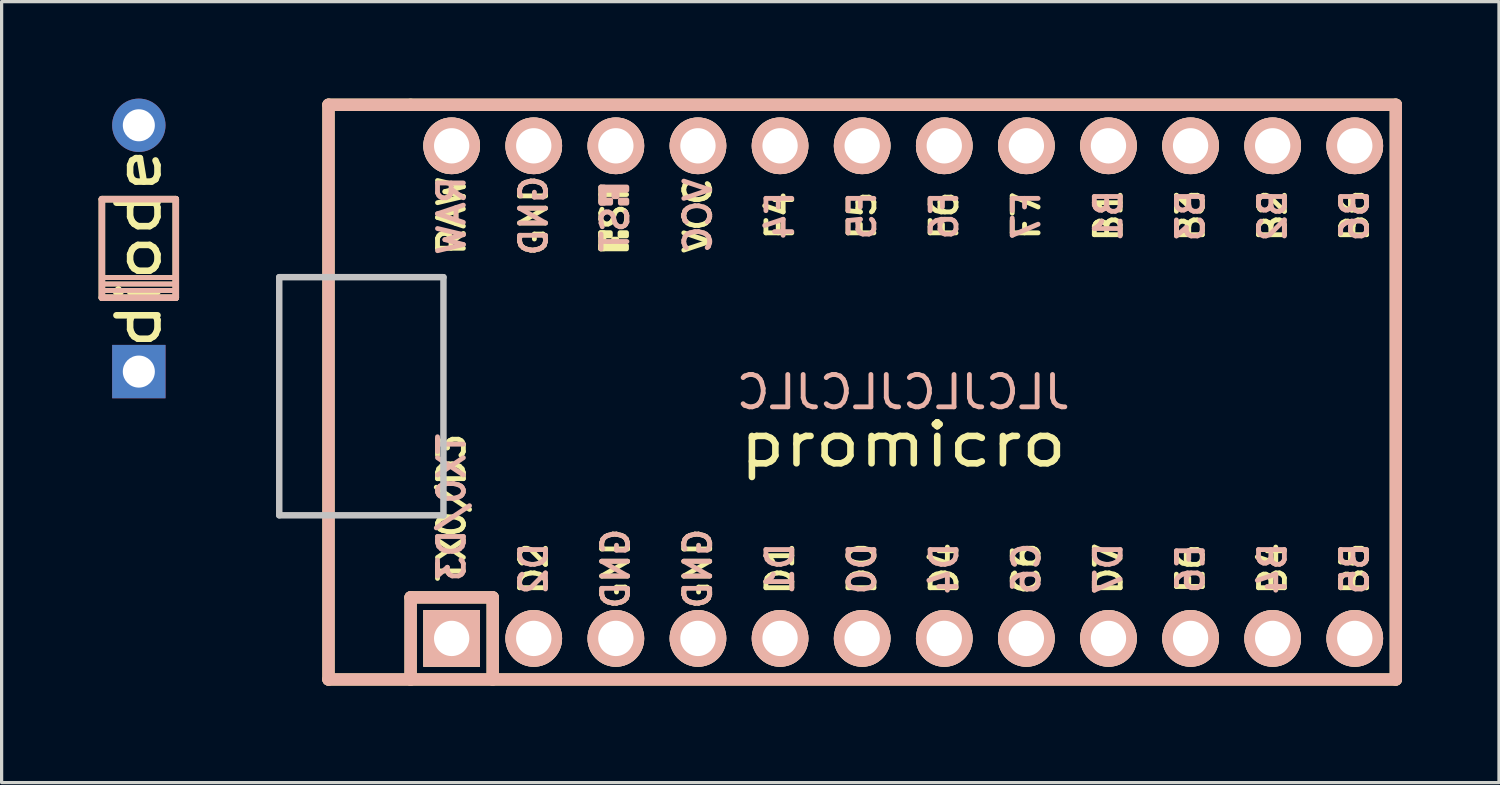
<source format=kicad_pcb>
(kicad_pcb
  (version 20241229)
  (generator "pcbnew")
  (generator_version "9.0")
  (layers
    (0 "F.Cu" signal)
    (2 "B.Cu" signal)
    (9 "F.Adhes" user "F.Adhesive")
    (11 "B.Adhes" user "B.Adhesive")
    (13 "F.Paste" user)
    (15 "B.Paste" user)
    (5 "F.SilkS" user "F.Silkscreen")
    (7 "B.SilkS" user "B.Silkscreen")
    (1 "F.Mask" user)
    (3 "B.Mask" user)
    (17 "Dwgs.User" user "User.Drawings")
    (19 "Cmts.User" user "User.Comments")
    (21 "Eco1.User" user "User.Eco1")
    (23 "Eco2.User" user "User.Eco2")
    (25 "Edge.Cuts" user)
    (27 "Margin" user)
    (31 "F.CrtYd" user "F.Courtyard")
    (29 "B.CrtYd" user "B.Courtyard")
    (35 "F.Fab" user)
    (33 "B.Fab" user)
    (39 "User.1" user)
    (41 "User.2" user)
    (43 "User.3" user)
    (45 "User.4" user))
  (footprint "promicro"
    (layer "F.Cu")
    (at 24.893 9.081)
    (property "Reference" "promicro" (at 0 1.625 0) (layer "F.SilkS") (effects (font (size 1.27 1.524) (thickness 0.203))))
    (attr through_hole)
    (fp_line (start -17.78 -8.89) (end -17.78 8.89) (stroke (width 0.381) (type solid)) (layer "F.SilkS"))
    (fp_line (start -17.78 8.89) (end -15.24 8.89) (stroke (width 0.381) (type solid)) (layer "F.SilkS"))
    (fp_line (start -15.24 -8.89) (end -17.78 -8.89) (stroke (width 0.381) (type solid)) (layer "F.SilkS"))
    (fp_line (start -15.24 6.35) (end -15.24 8.89) (stroke (width 0.381) (type solid)) (layer "F.SilkS"))
    (fp_line (start -15.24 6.35) (end -12.7 6.35) (stroke (width 0.381) (type solid)) (layer "F.SilkS"))
    (fp_line (start -15.24 8.89) (end 15.24 8.89) (stroke (width 0.381) (type solid)) (layer "F.SilkS"))
    (fp_line (start -12.7 6.35) (end -12.7 8.89) (stroke (width 0.381) (type solid)) (layer "F.SilkS"))
    (fp_line (start 15.24 -8.89) (end -15.24 -8.89) (stroke (width 0.381) (type solid)) (layer "F.SilkS"))
    (fp_line (start 15.24 8.89) (end 15.24 -8.89) (stroke (width 0.381) (type solid)) (layer "F.SilkS"))
    (fp_poly (pts (xy -9.361 -4.932) (xy -9.261 -4.932) (xy -9.261 -4.432) (xy -9.361 -4.432)) (stroke (width 0.15) (type solid)) (fill yes) (layer "F.SilkS"))
    (fp_poly (pts (xy -9.361 -4.932) (xy -9.061 -4.932) (xy -9.061 -4.832) (xy -9.361 -4.832)) (stroke (width 0.15) (type solid)) (fill yes) (layer "F.SilkS"))
    (fp_poly (pts (xy -9.361 -4.532) (xy -8.561 -4.532) (xy -8.561 -4.432) (xy -9.361 -4.432)) (stroke (width 0.15) (type solid)) (fill yes) (layer "F.SilkS"))
    (fp_poly (pts (xy -8.961 -4.732) (xy -8.861 -4.732) (xy -8.861 -4.632) (xy -8.961 -4.632)) (stroke (width 0.15) (type solid)) (fill yes) (layer "F.SilkS"))
    (fp_poly (pts (xy -8.761 -4.932) (xy -8.561 -4.932) (xy -8.561 -4.832) (xy -8.761 -4.832)) (stroke (width 0.15) (type solid)) (fill yes) (layer "F.SilkS"))
    (fp_line (start -17.78 -8.89) (end -17.78 8.89) (stroke (width 0.381) (type solid)) (layer "B.SilkS"))
    (fp_line (start -17.78 8.89) (end 15.24 8.89) (stroke (width 0.381) (type solid)) (layer "B.SilkS"))
    (fp_line (start -15.24 6.35) (end -15.24 8.89) (stroke (width 0.381) (type solid)) (layer "B.SilkS"))
    (fp_line (start -15.24 6.35) (end -12.7 6.35) (stroke (width 0.381) (type solid)) (layer "B.SilkS"))
    (fp_line (start -12.7 6.35) (end -12.7 8.89) (stroke (width 0.381) (type solid)) (layer "B.SilkS"))
    (fp_line (start 15.24 -8.89) (end -17.78 -8.89) (stroke (width 0.381) (type solid)) (layer "B.SilkS"))
    (fp_line (start 15.24 8.89) (end 15.24 -8.89) (stroke (width 0.381) (type solid)) (layer "B.SilkS"))
    (fp_poly (pts (xy -9.351 -6.245) (xy -8.551 -6.245) (xy -8.551 -6.345) (xy -9.351 -6.345)) (stroke (width 0.15) (type solid)) (fill yes) (layer "B.SilkS"))
    (fp_poly (pts (xy -9.351 -5.845) (xy -9.251 -5.845) (xy -9.251 -6.345) (xy -9.351 -6.345)) (stroke (width 0.15) (type solid)) (fill yes) (layer "B.SilkS"))
    (fp_poly (pts (xy -9.351 -5.845) (xy -9.051 -5.845) (xy -9.051 -5.945) (xy -9.351 -5.945)) (stroke (width 0.15) (type solid)) (fill yes) (layer "B.SilkS"))
    (fp_poly (pts (xy -8.951 -6.045) (xy -8.851 -6.045) (xy -8.851 -6.145) (xy -8.951 -6.145)) (stroke (width 0.15) (type solid)) (fill yes) (layer "B.SilkS"))
    (fp_poly (pts (xy -8.751 -5.845) (xy -8.551 -5.845) (xy -8.551 -5.945) (xy -8.751 -5.945)) (stroke (width 0.15) (type solid)) (fill yes) (layer "B.SilkS"))
    (fp_line (start -19.304 -3.556) (end -14.224 -3.556) (stroke (width 0.2) (type solid)) (layer "Dwgs.User"))
    (fp_line (start -19.304 3.81) (end -19.304 -3.556) (stroke (width 0.2) (type solid)) (layer "Dwgs.User"))
    (fp_line (start -14.224 -3.556) (end -14.224 3.81) (stroke (width 0.2) (type solid)) (layer "Dwgs.User"))
    (fp_line (start -14.224 3.81) (end -19.304 3.81) (stroke (width 0.2) (type solid)) (layer "Dwgs.User"))
    (fp_text user "RAW" (at -13.97 -5.461 90) (layer "F.SilkS") (effects (font (size 0.8 0.8) (thickness 0.15))))
    (fp_text user "B2" (at 11.43 -5.461 90) (layer "F.SilkS") (effects (font (size 0.8 0.8) (thickness 0.15))))
    (fp_text user "D0" (at -1.27 5.461 90) (layer "F.SilkS") (effects (font (size 0.8 0.8) (thickness 0.15))))
    (fp_text user "D2" (at -11.43 5.461 90) (layer "F.SilkS") (effects (font (size 0.8 0.8) (thickness 0.15))))
    (fp_text user "D7" (at 6.35 5.461 90) (layer "F.SilkS") (effects (font (size 0.8 0.8) (thickness 0.15))))
    (fp_text user "B1" (at 6.35 -5.461 90) (layer "F.SilkS") (effects (font (size 0.8 0.8) (thickness 0.15))))
    (fp_text user "B6" (at 13.97 -5.461 90) (layer "F.SilkS") (effects (font (size 0.8 0.8) (thickness 0.15))))
    (fp_text user "F4" (at -3.81 -5.461 90) (layer "F.SilkS") (effects (font (size 0.8 0.8) (thickness 0.15))))
    (fp_text user "F5" (at -1.27 -5.461 90) (layer "F.SilkS") (effects (font (size 0.8 0.8) (thickness 0.15))))
    (fp_text user "F6" (at 1.27 -5.461 90) (layer "F.SilkS") (effects (font (size 0.8 0.8) (thickness 0.15))))
    (fp_text user "F7" (at 3.81 -5.461 90) (layer "F.SilkS") (effects (font (size 0.8 0.8) (thickness 0.15))))
    (fp_text user "VCC" (at -6.35 -5.461 90) (layer "F.SilkS") (effects (font (size 0.8 0.8) (thickness 0.15))))
    (fp_text user "D1" (at -3.81 5.461 90) (layer "F.SilkS") (effects (font (size 0.8 0.8) (thickness 0.15))))
    (fp_text user "GND" (at -6.35 5.461 90) (layer "F.SilkS") (effects (font (size 0.8 0.8) (thickness 0.15))))
    (fp_text user "B4" (at 11.43 5.461 90) (layer "F.SilkS") (effects (font (size 0.8 0.8) (thickness 0.15))))
    (fp_text user "B3" (at 8.89 -5.461 90) (layer "F.SilkS") (effects (font (size 0.8 0.8) (thickness 0.15))))
    (fp_text user "E6" (at 8.89 5.461 90) (layer "F.SilkS") (effects (font (size 0.8 0.8) (thickness 0.15))))
    (fp_text user "D4" (at 1.27 5.461 90) (layer "F.SilkS") (effects (font (size 0.8 0.8) (thickness 0.15))))
    (fp_text user "B5" (at 13.97 5.461 90) (layer "F.SilkS") (effects (font (size 0.8 0.8) (thickness 0.15))))
    (fp_text user "C6" (at 3.81 5.461 90) (layer "F.SilkS") (effects (font (size 0.8 0.8) (thickness 0.15))))
    (fp_text user "TX0/D3" (at -13.97 3.572 90) (layer "F.SilkS") (effects (font (size 0.8 0.8) (thickness 0.15))))
    (fp_text user "GND" (at -11.43 -5.461 90) (layer "F.SilkS") (effects (font (size 0.8 0.8) (thickness 0.15))))
    (fp_text user "GND" (at -8.89 5.461 90) (layer "F.SilkS") (effects (font (size 0.8 0.8) (thickness 0.15))))
    (fp_text user "ST" (at -8.92 -5.733 90) (layer "F.SilkS") (effects (font (size 0.8 0.8) (thickness 0.15))))
    (fp_text user "B4" (at 11.43 5.461 90) (layer "B.SilkS") (effects (font (size 0.8 0.8) (thickness 0.15)) (justify mirror)))
    (fp_text user "F5" (at -1.27 -5.461 90) (layer "B.SilkS") (effects (font (size 0.8 0.8) (thickness 0.15)) (justify mirror)))
    (fp_text user "D7" (at 6.35 5.461 90) (layer "B.SilkS") (effects (font (size 0.8 0.8) (thickness 0.15)) (justify mirror)))
    (fp_text user "TX0/D3" (at -13.97 3.572 90) (layer "B.SilkS") (effects (font (size 0.8 0.8) (thickness 0.15)) (justify mirror)))
    (fp_text user "B3" (at 8.89 -5.461 90) (layer "B.SilkS") (effects (font (size 0.8 0.8) (thickness 0.15)) (justify mirror)))
    (fp_text user "ST" (at -8.91 -5.04 90) (layer "B.SilkS") (effects (font (size 0.8 0.8) (thickness 0.15)) (justify mirror)))
    (fp_text user "E6" (at 8.89 5.461 90) (layer "B.SilkS") (effects (font (size 0.8 0.8) (thickness 0.15)) (justify mirror)))
    (fp_text user "B6" (at 13.97 -5.461 90) (layer "B.SilkS") (effects (font (size 0.8 0.8) (thickness 0.15)) (justify mirror)))
    (fp_text user "F6" (at 1.27 -5.461 90) (layer "B.SilkS") (effects (font (size 0.8 0.8) (thickness 0.15)) (justify mirror)))
    (fp_text user "B2" (at 11.43 -5.461 90) (layer "B.SilkS") (effects (font (size 0.8 0.8) (thickness 0.15)) (justify mirror)))
    (fp_text user "JLCJLCJLCJLC" (at 0 0 0) (layer "B.SilkS") (effects (font (size 1 1) (thickness 0.15)) (justify mirror)))
    (fp_text user "D1" (at -3.81 5.461 90) (layer "B.SilkS") (effects (font (size 0.8 0.8) (thickness 0.15)) (justify mirror)))
    (fp_text user "C6" (at 3.81 5.461 90) (layer "B.SilkS") (effects (font (size 0.8 0.8) (thickness 0.15)) (justify mirror)))
    (fp_text user "F4" (at -3.81 -5.461 90) (layer "B.SilkS") (effects (font (size 0.8 0.8) (thickness 0.15)) (justify mirror)))
    (fp_text user "F7" (at 3.81 -5.461 90) (layer "B.SilkS") (effects (font (size 0.8 0.8) (thickness 0.15)) (justify mirror)))
    (fp_text user "B1" (at 6.35 -5.461 90) (layer "B.SilkS") (effects (font (size 0.8 0.8) (thickness 0.15)) (justify mirror)))
    (fp_text user "GND" (at -6.35 5.461 90) (layer "B.SilkS") (effects (font (size 0.8 0.8) (thickness 0.15)) (justify mirror)))
    (fp_text user "D4" (at 1.27 5.461 90) (layer "B.SilkS") (effects (font (size 0.8 0.8) (thickness 0.15)) (justify mirror)))
    (fp_text user "RAW" (at -13.97 -5.461 90) (layer "B.SilkS") (effects (font (size 0.8 0.8) (thickness 0.15)) (justify mirror)))
    (fp_text user "B5" (at 13.97 5.461 90) (layer "B.SilkS") (effects (font (size 0.8 0.8) (thickness 0.15)) (justify mirror)))
    (fp_text user "VCC" (at -6.35 -5.461 90) (layer "B.SilkS") (effects (font (size 0.8 0.8) (thickness 0.15)) (justify mirror)))
    (fp_text user "D2" (at -11.43 5.461 90) (layer "B.SilkS") (effects (font (size 0.8 0.8) (thickness 0.15)) (justify mirror)))
    (fp_text user "GND" (at -8.89 5.461 90) (layer "B.SilkS") (effects (font (size 0.8 0.8) (thickness 0.15)) (justify mirror)))
    (fp_text user "GND" (at -11.43 -5.461 90) (layer "B.SilkS") (effects (font (size 0.8 0.8) (thickness 0.15)) (justify mirror)))
    (fp_text user "D0" (at -1.27 5.461 90) (layer "B.SilkS") (effects (font (size 0.8 0.8) (thickness 0.15)) (justify mirror)))
    (pad "1" thru_hole rect (at -13.97 7.62) (size 1.753 1.753) (drill 1.092) (layers "*.Cu" "*.SilkS" "*.Mask"))
    (pad "2" thru_hole circle (at -11.43 7.62) (size 1.753 1.753) (drill 1.092) (layers "*.Cu" "*.SilkS" "*.Mask"))
    (pad "3" thru_hole circle (at -8.89 7.62) (size 1.753 1.753) (drill 1.092) (layers "*.Cu" "*.SilkS" "*.Mask"))
    (pad "4" thru_hole circle (at -6.35 7.62) (size 1.753 1.753) (drill 1.092) (layers "*.Cu" "*.SilkS" "*.Mask"))
    (pad "5" thru_hole circle (at -3.81 7.62) (size 1.753 1.753) (drill 1.092) (layers "*.Cu" "*.SilkS" "*.Mask"))
    (pad "6" thru_hole circle (at -1.27 7.62) (size 1.753 1.753) (drill 1.092) (layers "*.Cu" "*.SilkS" "*.Mask"))
    (pad "7" thru_hole circle (at 1.27 7.62) (size 1.753 1.753) (drill 1.092) (layers "*.Cu" "*.SilkS" "*.Mask"))
    (pad "8" thru_hole circle (at 3.81 7.62) (size 1.753 1.753) (drill 1.092) (layers "*.Cu" "*.SilkS" "*.Mask"))
    (pad "9" thru_hole circle (at 6.35 7.62) (size 1.753 1.753) (drill 1.092) (layers "*.Cu" "*.SilkS" "*.Mask"))
    (pad "10" thru_hole circle (at 8.89 7.62) (size 1.753 1.753) (drill 1.092) (layers "*.Cu" "*.SilkS" "*.Mask"))
    (pad "11" thru_hole circle (at 11.43 7.62) (size 1.753 1.753) (drill 1.092) (layers "*.Cu" "*.SilkS" "*.Mask"))
    (pad "12" thru_hole circle (at 13.97 7.62) (size 1.753 1.753) (drill 1.092) (layers "*.Cu" "*.SilkS" "*.Mask"))
    (pad "13" thru_hole circle (at 13.97 -7.62) (size 1.753 1.753) (drill 1.092) (layers "*.Cu" "*.SilkS" "*.Mask"))
    (pad "14" thru_hole circle (at 11.43 -7.62) (size 1.753 1.753) (drill 1.092) (layers "*.Cu" "*.SilkS" "*.Mask"))
    (pad "15" thru_hole circle (at 8.89 -7.62) (size 1.753 1.753) (drill 1.092) (layers "*.Cu" "*.SilkS" "*.Mask"))
    (pad "16" thru_hole circle (at 6.35 -7.62) (size 1.753 1.753) (drill 1.092) (layers "*.Cu" "*.SilkS" "*.Mask"))
    (pad "17" thru_hole circle (at 3.81 -7.62) (size 1.753 1.753) (drill 1.092) (layers "*.Cu" "*.SilkS" "*.Mask"))
    (pad "18" thru_hole circle (at 1.27 -7.62) (size 1.753 1.753) (drill 1.092) (layers "*.Cu" "*.SilkS" "*.Mask"))
    (pad "19" thru_hole circle (at -1.27 -7.62) (size 1.753 1.753) (drill 1.092) (layers "*.Cu" "*.SilkS" "*.Mask"))
    (pad "20" thru_hole circle (at -3.81 -7.62) (size 1.753 1.753) (drill 1.092) (layers "*.Cu" "*.SilkS" "*.Mask"))
    (pad "21" thru_hole circle (at -6.35 -7.62) (size 1.753 1.753) (drill 1.092) (layers "*.Cu" "*.SilkS" "*.Mask"))
    (pad "22" thru_hole circle (at -8.89 -7.62) (size 1.753 1.753) (drill 1.092) (layers "*.Cu" "*.SilkS" "*.Mask"))
    (pad "23" thru_hole circle (at -11.43 -7.62) (size 1.753 1.753) (drill 1.092) (layers "*.Cu" "*.SilkS" "*.Mask"))
    (pad "24" thru_hole circle (at -13.97 -7.62) (size 1.753 1.753) (drill 1.092) (layers "*.Cu" "*.SilkS" "*.Mask")))
  (footprint "diode"
    (layer "F.Cu")
    (at 1.245 4.636)
    (property "Reference" "diode" (at 0 0 270) (layer "F.SilkS") (effects (font (size 1.27 1.524) (thickness 0.203))))
    (attr through_hole)
    (fp_line (start -1.143 -1.524) (end 1.143 -1.524) (stroke (width 0.203) (type solid)) (layer "F.SilkS"))
    (fp_line (start -1.143 1.524) (end -1.143 -1.524) (stroke (width 0.203) (type solid)) (layer "F.SilkS"))
    (fp_line (start -1.1 0.9) (end 1.1 0.9) (stroke (width 0.15) (type solid)) (layer "F.SilkS"))
    (fp_line (start -1.1 1.3) (end 1 1.3) (stroke (width 0.15) (type solid)) (layer "F.SilkS"))
    (fp_line (start 1 1.3) (end 1.1 1.3) (stroke (width 0.15) (type solid)) (layer "F.SilkS"))
    (fp_line (start 1.1 1.1) (end -1.1 1.1) (stroke (width 0.15) (type solid)) (layer "F.SilkS"))
    (fp_line (start 1.1 1.3) (end 1 1.3) (stroke (width 0.15) (type solid)) (layer "F.SilkS"))
    (fp_line (start 1.143 -1.524) (end 1.143 1.524) (stroke (width 0.203) (type solid)) (layer "F.SilkS"))
    (fp_line (start 1.143 1.524) (end -1.143 1.524) (stroke (width 0.203) (type solid)) (layer "F.SilkS"))
    (fp_line (start -1.143 -1.524) (end 1.143 -1.524) (stroke (width 0.203) (type solid)) (layer "B.SilkS"))
    (fp_line (start -1.143 1.524) (end -1.143 -1.524) (stroke (width 0.203) (type solid)) (layer "B.SilkS"))
    (fp_line (start -1.1 0.9) (end 1.1 0.9) (stroke (width 0.15) (type solid)) (layer "B.SilkS"))
    (fp_line (start -1.1 1.3) (end 1 1.3) (stroke (width 0.15) (type solid)) (layer "B.SilkS"))
    (fp_line (start 1 1.3) (end 1.1 1.3) (stroke (width 0.15) (type solid)) (layer "B.SilkS"))
    (fp_line (start 1.1 1.1) (end -1.1 1.1) (stroke (width 0.15) (type solid)) (layer "B.SilkS"))
    (fp_line (start 1.1 1.3) (end 1 1.3) (stroke (width 0.15) (type solid)) (layer "B.SilkS"))
    (fp_line (start 1.143 -1.524) (end 1.143 1.524) (stroke (width 0.203) (type solid)) (layer "B.SilkS"))
    (fp_line (start 1.143 1.524) (end -1.143 1.524) (stroke (width 0.203) (type solid)) (layer "B.SilkS"))
    (pad "1" thru_hole rect (at 0 3.81 270) (size 1.651 1.651) (drill 0.991) (layers "*.Cu" "*.Mask"))
    (pad "2" thru_hole circle (at 0 -3.81 270) (size 1.651 1.651) (drill 0.991) (layers "*.Cu" "*.Mask")))
  (gr_rect
    (start -3 -3)
    (end 43.324 21.161)
    (stroke (width 0.1) (type default))
    (fill no)
    (layer "Edge.Cuts")))
</source>
